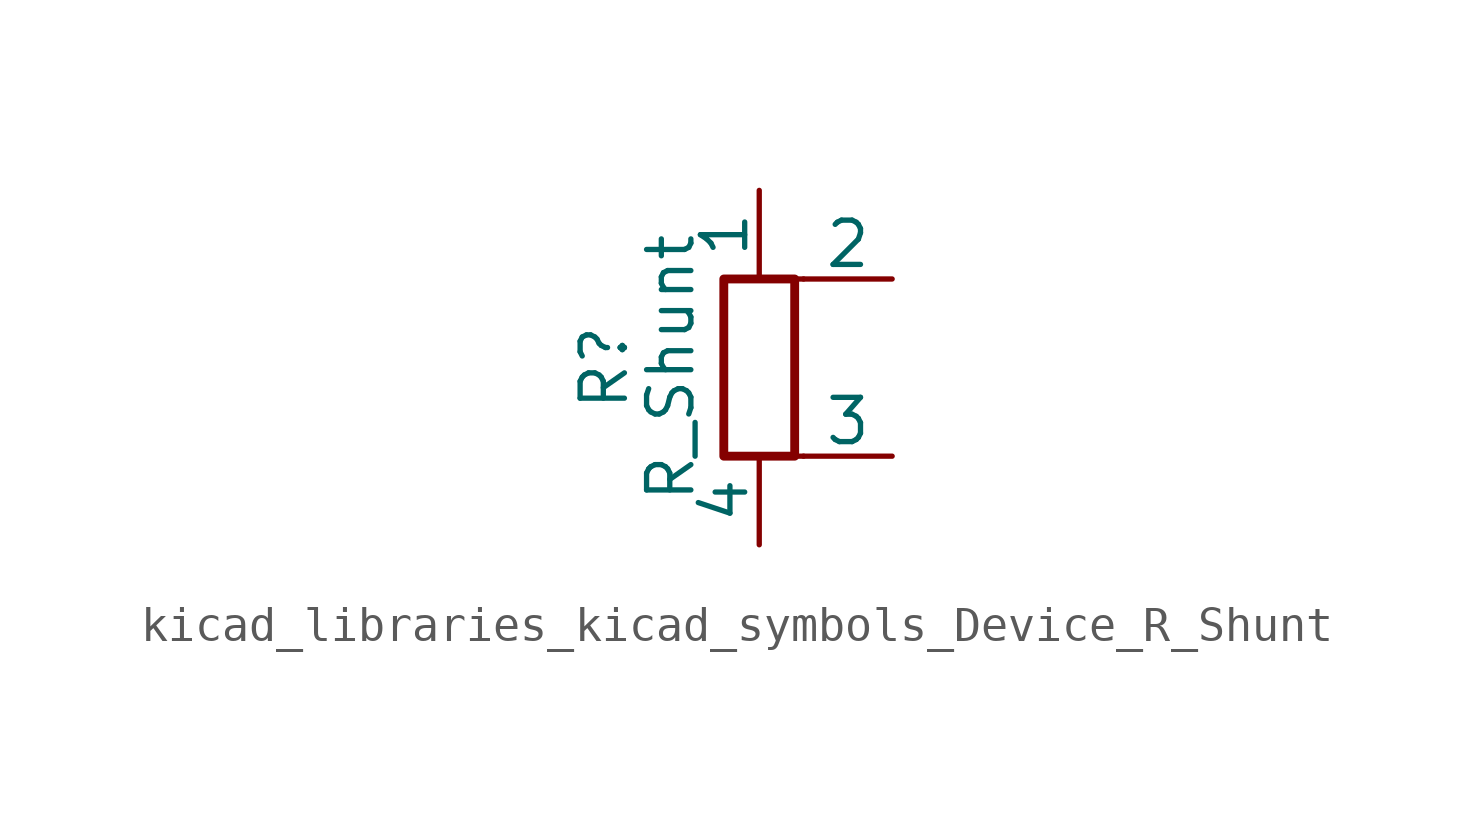
<source format=kicad_sym>
(kicad_symbol_lib
  (version 20220914)
  (generator kicad_symbol_editor)
  (symbol "kicad_libraries_kicad_symbols_Device_R_Shunt"
    (pin_numbers hide)
    (pin_names
      (offset 0))
    (property "Reference" "R"
      (at -4.445 0 90)
      (effects (font (size 1.27 1.27))))
    (property "Value" "R_Shunt"
      (at -2.54 0 90)
      (effects (font (size 1.27 1.27))))
    (symbol "kicad_libraries_kicad_symbols_Device_R_Shunt_0_1"
      (rectangle (start -1.016 -2.54) (end 1.016 2.54) (stroke (width 0.254) (type default)) (fill (type none)))
      (polyline (pts (xy 0 -2.54) (xy 1.27 -2.54)) (stroke (width 0) (type default)) (fill (type none)))
      (polyline (pts (xy 1.27 2.54) (xy 0 2.54)) (stroke (width 0) (type default)) (fill (type none))))
    (symbol "kicad_libraries_kicad_symbols_Device_R_Shunt_1_1"
      (pin passive line (at 0 5.08 270) (length 2.54) (name "1" (effects (font (size 1.27 1.27)))) (number "1" (effects (font (size 1.27 1.27)))))
      (pin passive line (at 3.81 2.54 180) (length 2.54) (name "2" (effects (font (size 1.27 1.27)))) (number "2" (effects (font (size 1.27 1.27)))))
      (pin passive line (at 3.81 -2.54 180) (length 2.54) (name "3" (effects (font (size 1.27 1.27)))) (number "3" (effects (font (size 1.27 1.27)))))
      (pin passive line (at 0 -5.08 90) (length 2.54) (name "4" (effects (font (size 1.27 1.27)))) (number "4" (effects (font (size 1.27 1.27))))))))
</source>
